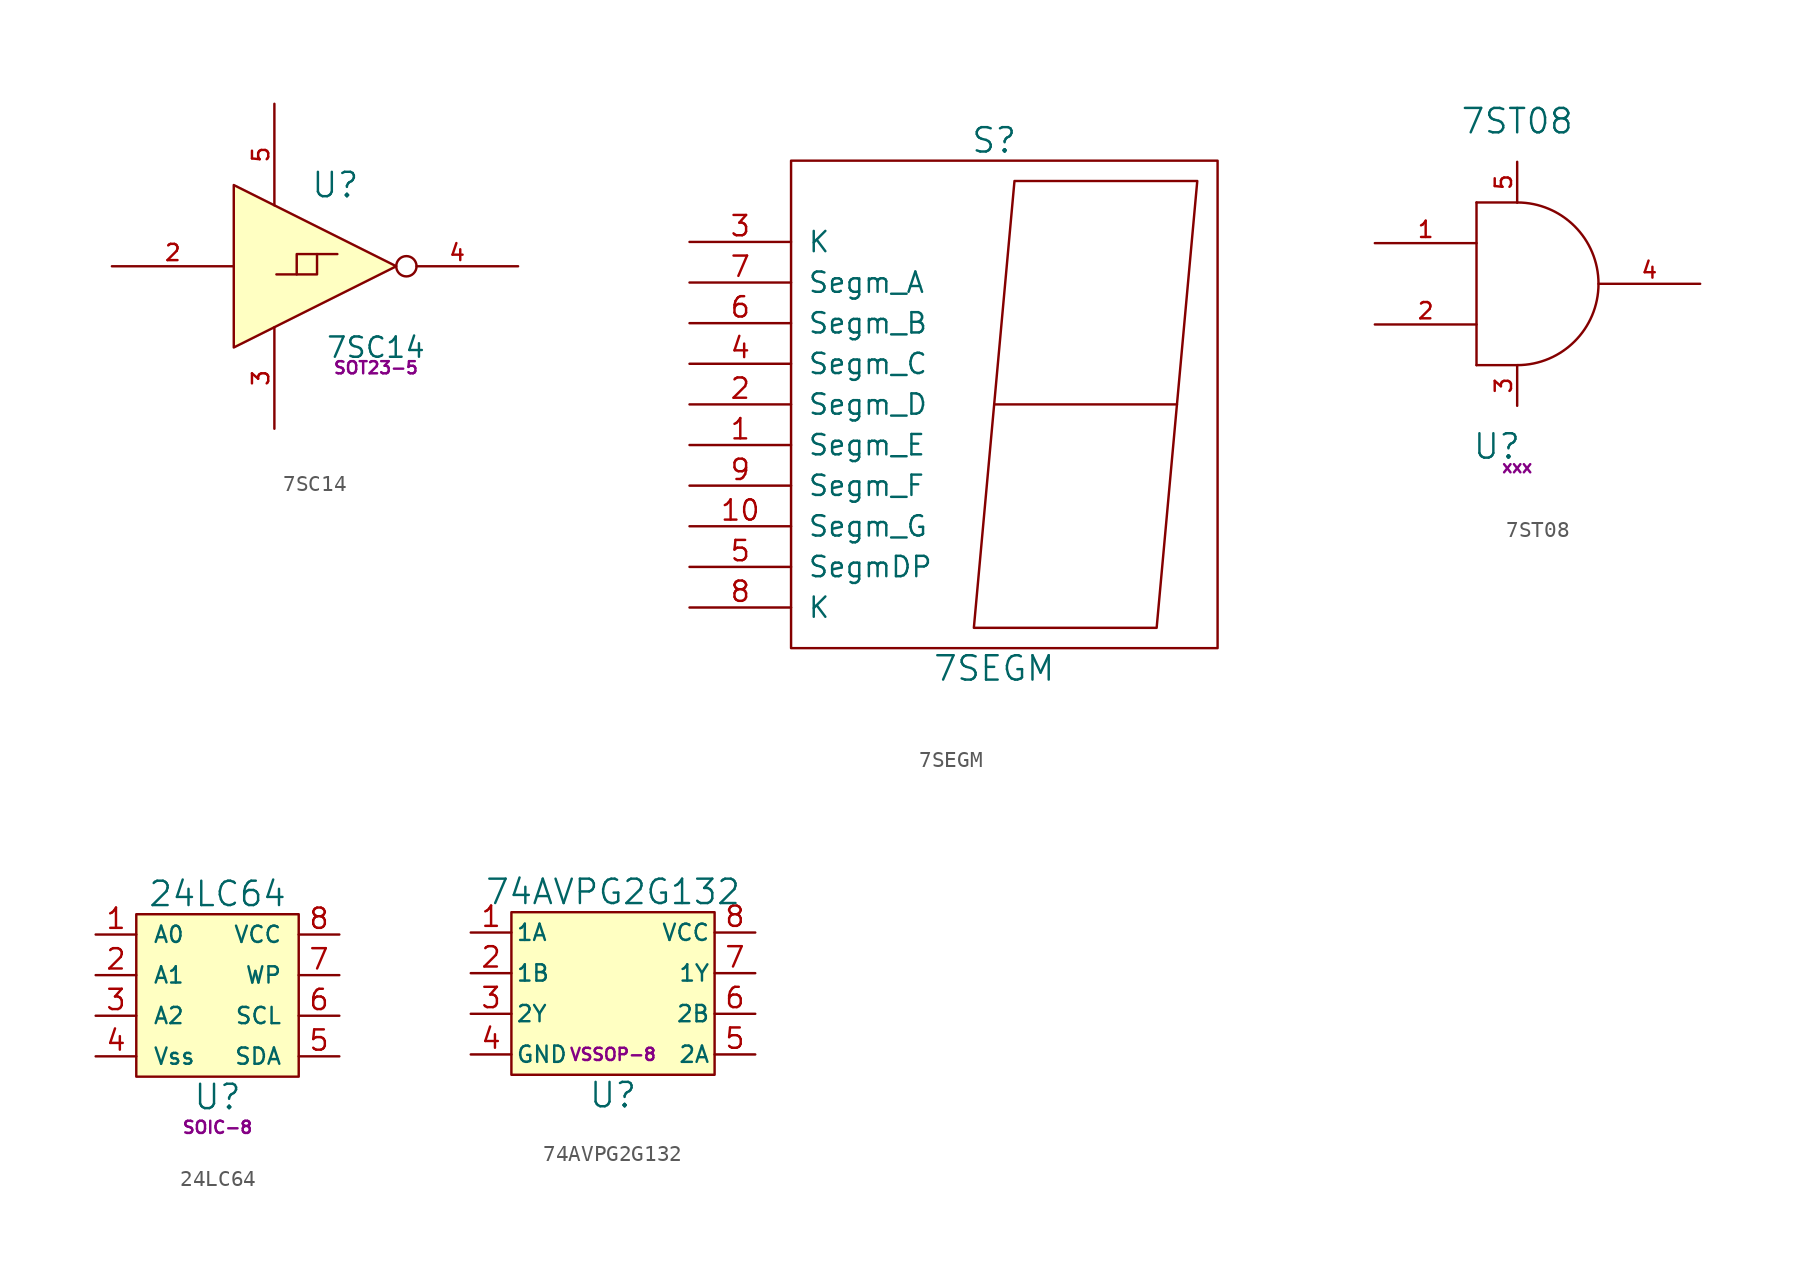
<source format=kicad_sym>
(kicad_symbol_lib
  (version 20220914)
  (generator kicad_symbol_editor)
  (symbol "7SC14"
    (property "Reference" "U"
      (at 3.81 5.08 0)
      (effects (font (size 1.524 1.524))))
    (property "Value" "7SC14"
      (at 6.35 -5.08 0)
      (effects (font (size 1.27 1.27))))
    (property "Footprint" "SOT23-5"
      (at 6.35 -6.35 0)
      (effects (font (size 0.762 0.762))))
    (property "Datasheet" ""
      (at 0 0 0)
      (effects (font (size 1.524 1.524))))
    (symbol "7SC14_0_1"
      (polyline (pts (xy -2.54 5.08) (xy 7.62 0) (xy -2.54 -5.08) (xy -2.54 5.08)) (stroke (width 0.152) (type default)) (fill (type background)))
      (polyline (pts (xy 1.397 -0.508) (xy 2.667 -0.508) (xy 2.667 0.762) (xy 2.667 0.762)) (stroke (width 0) (type default)) (fill (type none)))
      (polyline (pts (xy 3.937 0.762) (xy 1.397 0.762) (xy 1.397 -0.508) (xy 0.127 -0.508) (xy 0.127 -0.508)) (stroke (width 0) (type default)) (fill (type none)))
      (pin passive line (at 0 -10.16 90) (length 6.35) (name "~" (effects (font (size 1.016 1.016)))) (number "3" (effects (font (size 1.016 1.016)))))
      (pin power_in line (at 0 10.16 270) (length 6.35) (name "~" (effects (font (size 1.016 1.016)))) (number "5" (effects (font (size 1.016 1.016))))))
    (symbol "7SC14_1_1"
      (pin input line (at -10.16 0 0) (length 7.62) (name "~" (effects (font (size 1.016 1.016)))) (number "2" (effects (font (size 1.016 1.016)))))
      (pin input inverted (at 15.24 0 180) (length 7.62) (name "~" (effects (font (size 1.016 1.016)))) (number "4" (effects (font (size 1.016 1.016)))))))
  (symbol "7SEGM"
    (pin_names
      (offset 1.016))
    (property "Reference" "S"
      (at 0 16.51 0)
      (effects (font (size 1.524 1.524))))
    (property "Value" "7SEGM"
      (at 0 -16.51 0)
      (effects (font (size 1.524 1.524))))
    (property "Footprint" ""
      (at 0 0 0)
      (effects (font (size 1.524 1.524))))
    (property "Datasheet" ""
      (at 0 0 0)
      (effects (font (size 1.524 1.524))))
    (symbol "7SEGM_0_1"
      (rectangle (start -12.7 15.24) (end 13.97 -15.24) (stroke (width 0) (type default)) (fill (type none)))
      (polyline (pts (xy 0 0) (xy 11.43 0)) (stroke (width 0) (type default)) (fill (type none)))
      (polyline (pts (xy -1.27 -13.97) (xy 1.27 13.97) (xy 12.7 13.97) (xy 10.16 -13.97) (xy -1.27 -13.97)) (stroke (width 0) (type default)) (fill (type none))))
    (symbol "7SEGM_1_1"
      (pin passive line (at -19.05 -2.54 0) (length 6.35) (name "Segm_E" (effects (font (size 1.27 1.27)))) (number "1" (effects (font (size 1.27 1.27)))))
      (pin passive line (at -19.05 -7.62 0) (length 6.35) (name "Segm_G" (effects (font (size 1.27 1.27)))) (number "10" (effects (font (size 1.27 1.27)))))
      (pin passive line (at -19.05 0 0) (length 6.35) (name "Segm_D" (effects (font (size 1.27 1.27)))) (number "2" (effects (font (size 1.27 1.27)))))
      (pin passive line (at -19.05 10.16 0) (length 6.35) (name "K" (effects (font (size 1.27 1.27)))) (number "3" (effects (font (size 1.27 1.27)))))
      (pin passive line (at -19.05 2.54 0) (length 6.35) (name "Segm_C" (effects (font (size 1.27 1.27)))) (number "4" (effects (font (size 1.27 1.27)))))
      (pin passive line (at -19.05 -10.16 0) (length 6.35) (name "SegmDP" (effects (font (size 1.27 1.27)))) (number "5" (effects (font (size 1.27 1.27)))))
      (pin passive line (at -19.05 5.08 0) (length 6.35) (name "Segm_B" (effects (font (size 1.27 1.27)))) (number "6" (effects (font (size 1.27 1.27)))))
      (pin passive line (at -19.05 7.62 0) (length 6.35) (name "Segm_A" (effects (font (size 1.27 1.27)))) (number "7" (effects (font (size 1.27 1.27)))))
      (pin input line (at -19.05 -12.7 0) (length 6.35) (name "K" (effects (font (size 1.27 1.27)))) (number "8" (effects (font (size 1.27 1.27)))))
      (pin passive line (at -19.05 -5.08 0) (length 6.35) (name "Segm_F" (effects (font (size 1.27 1.27)))) (number "9" (effects (font (size 1.27 1.27)))))))
  (symbol "7ST08"
    (pin_names
      (offset 1.016))
    (property "Reference" "U"
      (at -1.27 -10.16 0)
      (effects (font (size 1.524 1.524))))
    (property "Value" "7ST08"
      (at 0 10.16 0)
      (effects (font (size 1.524 1.524))))
    (property "Footprint" "xxx"
      (at 0 -11.43 0)
      (effects (font (size 0.762 0.762))))
    (property "Datasheet" ""
      (at 0 0 0)
      (effects (font (size 1.524 1.524))))
    (symbol "7ST08_0_1"
      (arc (start 0 -5.08) (mid 5.0579 0) (end 0 5.08) (stroke (width 0) (type default)) (fill (type none)))
      (polyline (pts (xy -2.54 5.08) (xy -2.54 -5.08) (xy -2.54 -5.08)) (stroke (width 0) (type default)) (fill (type none)))
      (polyline (pts (xy 0 -5.08) (xy -2.54 -5.08) (xy -2.54 -5.08)) (stroke (width 0) (type default)) (fill (type none)))
      (polyline (pts (xy 0 5.08) (xy -2.54 5.08) (xy -2.54 5.08)) (stroke (width 0) (type default)) (fill (type none)))
      (pin input line (at -8.89 2.54 0) (length 6.35) (name "~" (effects (font (size 1.016 1.016)))) (number "1" (effects (font (size 1.016 1.016)))))
      (pin input line (at -8.89 -2.54 0) (length 6.35) (name "~" (effects (font (size 1.016 1.016)))) (number "2" (effects (font (size 1.016 1.016)))))
      (pin passive line (at 0 -7.62 90) (length 2.54) (name "~" (effects (font (size 1.016 1.016)))) (number "3" (effects (font (size 1.016 1.016)))))
      (pin output line (at 11.43 0 180) (length 6.35) (name "~" (effects (font (size 1.016 1.016)))) (number "4" (effects (font (size 1.016 1.016)))))
      (pin power_in line (at 0 7.62 270) (length 2.54) (name "~" (effects (font (size 1.016 1.016)))) (number "5" (effects (font (size 1.016 1.016)))))))
  (symbol "24LC64"
    (pin_names
      (offset 1.016))
    (property "Reference" "U"
      (at 0 -6.35 0)
      (effects (font (size 1.524 1.524))))
    (property "Value" "24LC64"
      (at 0 6.35 0)
      (effects (font (size 1.524 1.524))))
    (property "Footprint" "SOIC-8"
      (at 0 -8.255 0)
      (effects (font (size 0.762 0.762))))
    (property "Datasheet" ""
      (at 0 0 0)
      (effects (font (size 1.524 1.524))))
    (symbol "24LC64_0_1"
      (rectangle (start -5.08 5.08) (end 5.08 -5.08) (stroke (width 0) (type default)) (fill (type background))))
    (symbol "24LC64_1_1"
      (pin bidirectional line (at -7.62 3.81 0) (length 2.54) (name "A0" (effects (font (size 1.016 1.016)))) (number "1" (effects (font (size 1.27 1.27)))))
      (pin bidirectional line (at -7.62 1.27 0) (length 2.54) (name "A1" (effects (font (size 1.016 1.016)))) (number "2" (effects (font (size 1.27 1.27)))))
      (pin bidirectional line (at -7.62 -1.27 0) (length 2.54) (name "A2" (effects (font (size 1.016 1.016)))) (number "3" (effects (font (size 1.27 1.27)))))
      (pin bidirectional line (at -7.62 -3.81 0) (length 2.54) (name "Vss" (effects (font (size 1.016 1.016)))) (number "4" (effects (font (size 1.27 1.27)))))
      (pin bidirectional line (at 7.62 -3.81 180) (length 2.54) (name "SDA" (effects (font (size 1.016 1.016)))) (number "5" (effects (font (size 1.27 1.27)))))
      (pin bidirectional line (at 7.62 -1.27 180) (length 2.54) (name "SCL" (effects (font (size 1.016 1.016)))) (number "6" (effects (font (size 1.27 1.27)))))
      (pin bidirectional line (at 7.62 1.27 180) (length 2.54) (name "WP" (effects (font (size 1.016 1.016)))) (number "7" (effects (font (size 1.27 1.27)))))
      (pin bidirectional line (at 7.62 3.81 180) (length 2.54) (name "VCC" (effects (font (size 1.016 1.016)))) (number "8" (effects (font (size 1.27 1.27)))))))
  (symbol "74AVPG2G132"
    (pin_names
      (offset 0.254))
    (property "Reference" "U"
      (at 0 -6.35 0)
      (effects (font (size 1.524 1.524))))
    (property "Value" "74AVPG2G132"
      (at 0 6.35 0)
      (effects (font (size 1.524 1.524))))
    (property "Footprint" "VSSOP-8"
      (at 0 -3.81 0)
      (effects (font (size 0.762 0.762))))
    (property "Datasheet" ""
      (at 0 0 0)
      (effects (font (size 1.524 1.524))))
    (symbol "74AVPG2G132_0_1"
      (rectangle (start -6.35 5.08) (end 6.35 -5.08) (stroke (width 0) (type default)) (fill (type background))))
    (symbol "74AVPG2G132_1_1"
      (pin bidirectional line (at -8.89 3.81 0) (length 2.54) (name "1A" (effects (font (size 1.016 1.016)))) (number "1" (effects (font (size 1.27 1.27)))))
      (pin bidirectional line (at -8.89 1.27 0) (length 2.54) (name "1B" (effects (font (size 1.016 1.016)))) (number "2" (effects (font (size 1.27 1.27)))))
      (pin bidirectional line (at -8.89 -1.27 0) (length 2.54) (name "2Y" (effects (font (size 1.016 1.016)))) (number "3" (effects (font (size 1.27 1.27)))))
      (pin bidirectional line (at -8.89 -3.81 0) (length 2.54) (name "GND" (effects (font (size 1.016 1.016)))) (number "4" (effects (font (size 1.27 1.27)))))
      (pin bidirectional line (at 8.89 -3.81 180) (length 2.54) (name "2A" (effects (font (size 1.016 1.016)))) (number "5" (effects (font (size 1.27 1.27)))))
      (pin bidirectional line (at 8.89 -1.27 180) (length 2.54) (name "2B" (effects (font (size 1.016 1.016)))) (number "6" (effects (font (size 1.27 1.27)))))
      (pin bidirectional line (at 8.89 1.27 180) (length 2.54) (name "1Y" (effects (font (size 1.016 1.016)))) (number "7" (effects (font (size 1.27 1.27)))))
      (pin bidirectional line (at 8.89 3.81 180) (length 2.54) (name "VCC" (effects (font (size 1.016 1.016)))) (number "8" (effects (font (size 1.27 1.27))))))))
</source>
